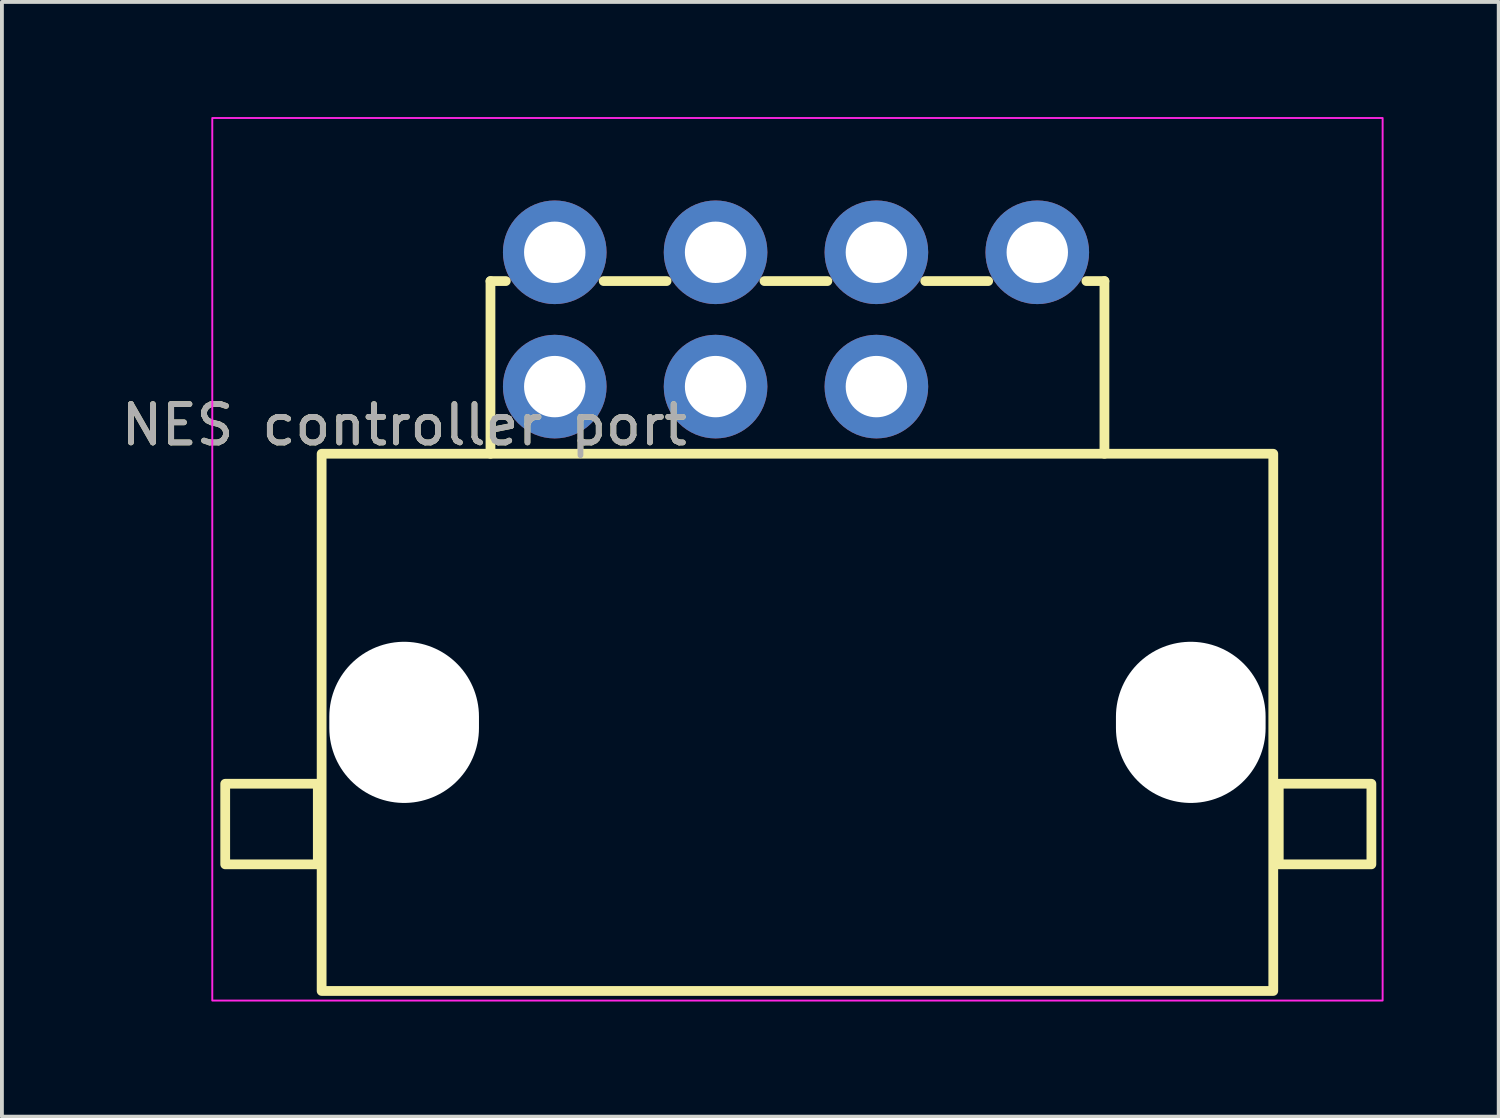
<source format=kicad_pcb>
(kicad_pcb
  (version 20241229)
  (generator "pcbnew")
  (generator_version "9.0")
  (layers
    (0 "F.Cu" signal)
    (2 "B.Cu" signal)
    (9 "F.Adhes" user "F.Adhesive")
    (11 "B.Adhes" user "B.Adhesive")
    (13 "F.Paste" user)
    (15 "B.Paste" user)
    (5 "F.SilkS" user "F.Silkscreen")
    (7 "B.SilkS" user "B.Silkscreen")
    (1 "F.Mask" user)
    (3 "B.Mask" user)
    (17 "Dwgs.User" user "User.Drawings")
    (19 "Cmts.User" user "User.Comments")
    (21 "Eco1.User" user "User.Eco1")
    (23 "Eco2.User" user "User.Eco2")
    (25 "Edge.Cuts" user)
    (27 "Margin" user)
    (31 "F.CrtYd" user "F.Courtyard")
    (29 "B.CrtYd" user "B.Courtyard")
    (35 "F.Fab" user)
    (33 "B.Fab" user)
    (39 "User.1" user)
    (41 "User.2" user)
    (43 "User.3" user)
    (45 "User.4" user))
  (footprint "NES controller port"
    (layer "F.Cu")
    (at 17.732 8.525)
    (property "Reference" "NES controller port" (at -10.25 -0.5 0) (unlocked yes) (layer "F.SilkS") (effects (font (size 1 1) (thickness 0.15))))
    (attr through_hole)
    (fp_line (start -8 -4.25) (end -8 0.25) (stroke (width 0.254) (type solid)) (layer "F.SilkS"))
    (fp_line (start -8 -4.25) (end -7.6 -4.25) (stroke (width 0.254) (type solid)) (layer "F.SilkS"))
    (fp_line (start -3.41 -4.25) (end -5.05 -4.25) (stroke (width 0.254) (type solid)) (layer "F.SilkS"))
    (fp_line (start 0.78 -4.25) (end -0.86 -4.25) (stroke (width 0.254) (type solid)) (layer "F.SilkS"))
    (fp_line (start 4.97 -4.25) (end 3.33 -4.25) (stroke (width 0.254) (type solid)) (layer "F.SilkS"))
    (fp_line (start 8 -4.25) (end 7.53 -4.25) (stroke (width 0.254) (type solid)) (layer "F.SilkS"))
    (fp_line (start 8 0.25) (end 8 -4.25) (stroke (width 0.254) (type solid)) (layer "F.SilkS"))
    (fp_rect (start -12.5 10.95) (end -14.913 8.85) (stroke (width 0.254) (type solid)) (fill no) (layer "F.SilkS"))
    (fp_rect (start 12.4 14.25) (end -12.4 0.25) (stroke (width 0.254) (type solid)) (fill no) (layer "F.SilkS"))
    (fp_rect (start 14.957 10.95) (end 12.543 8.85) (stroke (width 0.254) (type solid)) (fill no) (layer "F.SilkS"))
    (fp_rect (start -15.25 14.5) (end 15.25 -8.5) (stroke (width 0.05) (type solid)) (fill no) (layer "F.CrtYd"))
    (fp_text user "${REFERENCE}" (at -10.25 -0.5 0) (unlocked yes) (layer "F.Fab") (effects (font (size 1 1) (thickness 0.15))))
    (pad "" np_thru_hole oval (at -10.25 7.25) (size 3.9 4.2) (drill oval 3.9 4.2) (layers "*.Cu" "*.Mask"))
    (pad "" np_thru_hole oval (at 10.25 7.25) (size 3.9 4.2) (drill oval 3.9 4.2) (layers "*.Cu" "*.Mask"))
    (pad "1" thru_hole circle (at 6.25 -5) (size 2.7 2.7) (drill 1.6) (layers "*.Cu" "*.Mask"))
    (pad "2" thru_hole circle (at 2.057 -5) (size 2.7 2.7) (drill 1.6) (layers "*.Cu" "*.Mask"))
    (pad "3" thru_hole circle (at -2.134 -5) (size 2.7 2.7) (drill 1.6) (layers "*.Cu" "*.Mask"))
    (pad "4" thru_hole circle (at -6.325 -5) (size 2.7 2.7) (drill 1.6) (layers "*.Cu" "*.Mask"))
    (pad "5" thru_hole circle (at -6.325 -1.5) (size 2.7 2.7) (drill 1.6) (layers "*.Cu" "*.Mask"))
    (pad "6" thru_hole circle (at -2.134 -1.5) (size 2.7 2.7) (drill 1.6) (layers "*.Cu" "*.Mask"))
    (pad "7" thru_hole circle (at 2.057 -1.5) (size 2.7 2.7) (drill 1.6) (layers "*.Cu" "*.Mask")))
  (gr_rect
    (start -3 -3)
    (end 36.007 26.05)
    (stroke (width 0.1) (type default))
    (fill no)
    (layer "Edge.Cuts")))
</source>
